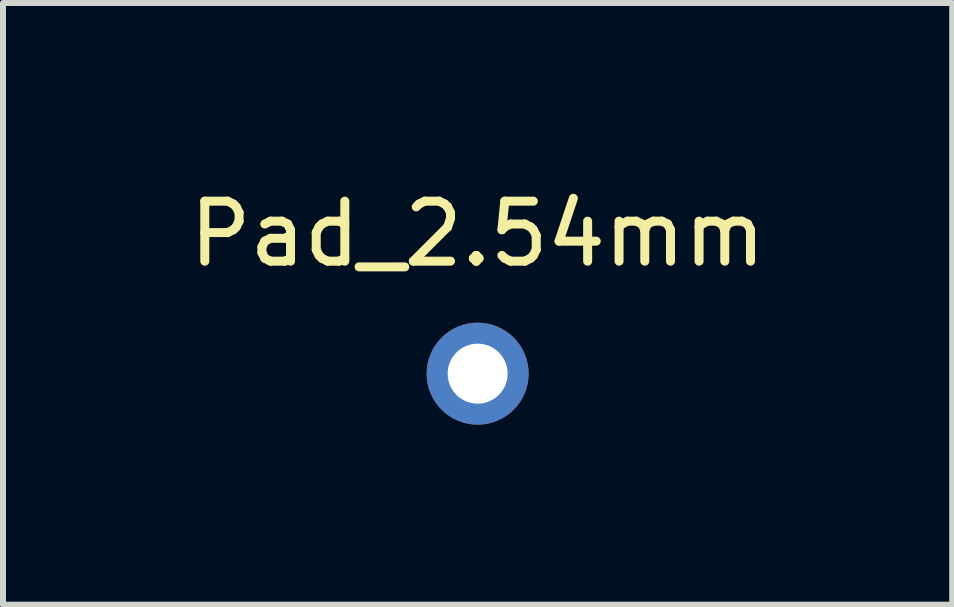
<source format=kicad_pcb>
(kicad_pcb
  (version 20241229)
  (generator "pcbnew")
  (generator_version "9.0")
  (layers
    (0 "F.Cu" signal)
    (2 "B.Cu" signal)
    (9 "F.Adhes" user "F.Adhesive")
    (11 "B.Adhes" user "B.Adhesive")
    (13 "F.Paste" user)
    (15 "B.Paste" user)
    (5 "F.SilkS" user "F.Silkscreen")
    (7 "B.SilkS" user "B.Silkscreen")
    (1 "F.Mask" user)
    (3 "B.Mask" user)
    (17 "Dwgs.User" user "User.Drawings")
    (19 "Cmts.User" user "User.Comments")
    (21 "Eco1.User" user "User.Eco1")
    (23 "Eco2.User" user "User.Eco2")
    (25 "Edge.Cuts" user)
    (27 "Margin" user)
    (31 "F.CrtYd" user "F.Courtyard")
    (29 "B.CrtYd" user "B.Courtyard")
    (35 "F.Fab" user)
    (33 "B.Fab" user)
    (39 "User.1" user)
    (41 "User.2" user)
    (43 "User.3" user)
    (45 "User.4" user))
  (footprint "Pad_2.54mm"
    (layer "F.Cu")
    (at 4.911 3.178)
    (property "Reference" "Pad_2.54mm" (at 0 -2.33 0) (layer "F.SilkS") (effects (font (size 1 1) (thickness 0.15))))
    (attr through_hole)
    (pad "1" thru_hole oval (at 0 0) (size 1.7 1.7) (drill 1) (layers "*.Cu" "*.Mask")))
  (gr_rect
    (start -3 -3)
    (end 12.821 7.028)
    (stroke (width 0.1) (type default))
    (fill no)
    (layer "Edge.Cuts")))
</source>
